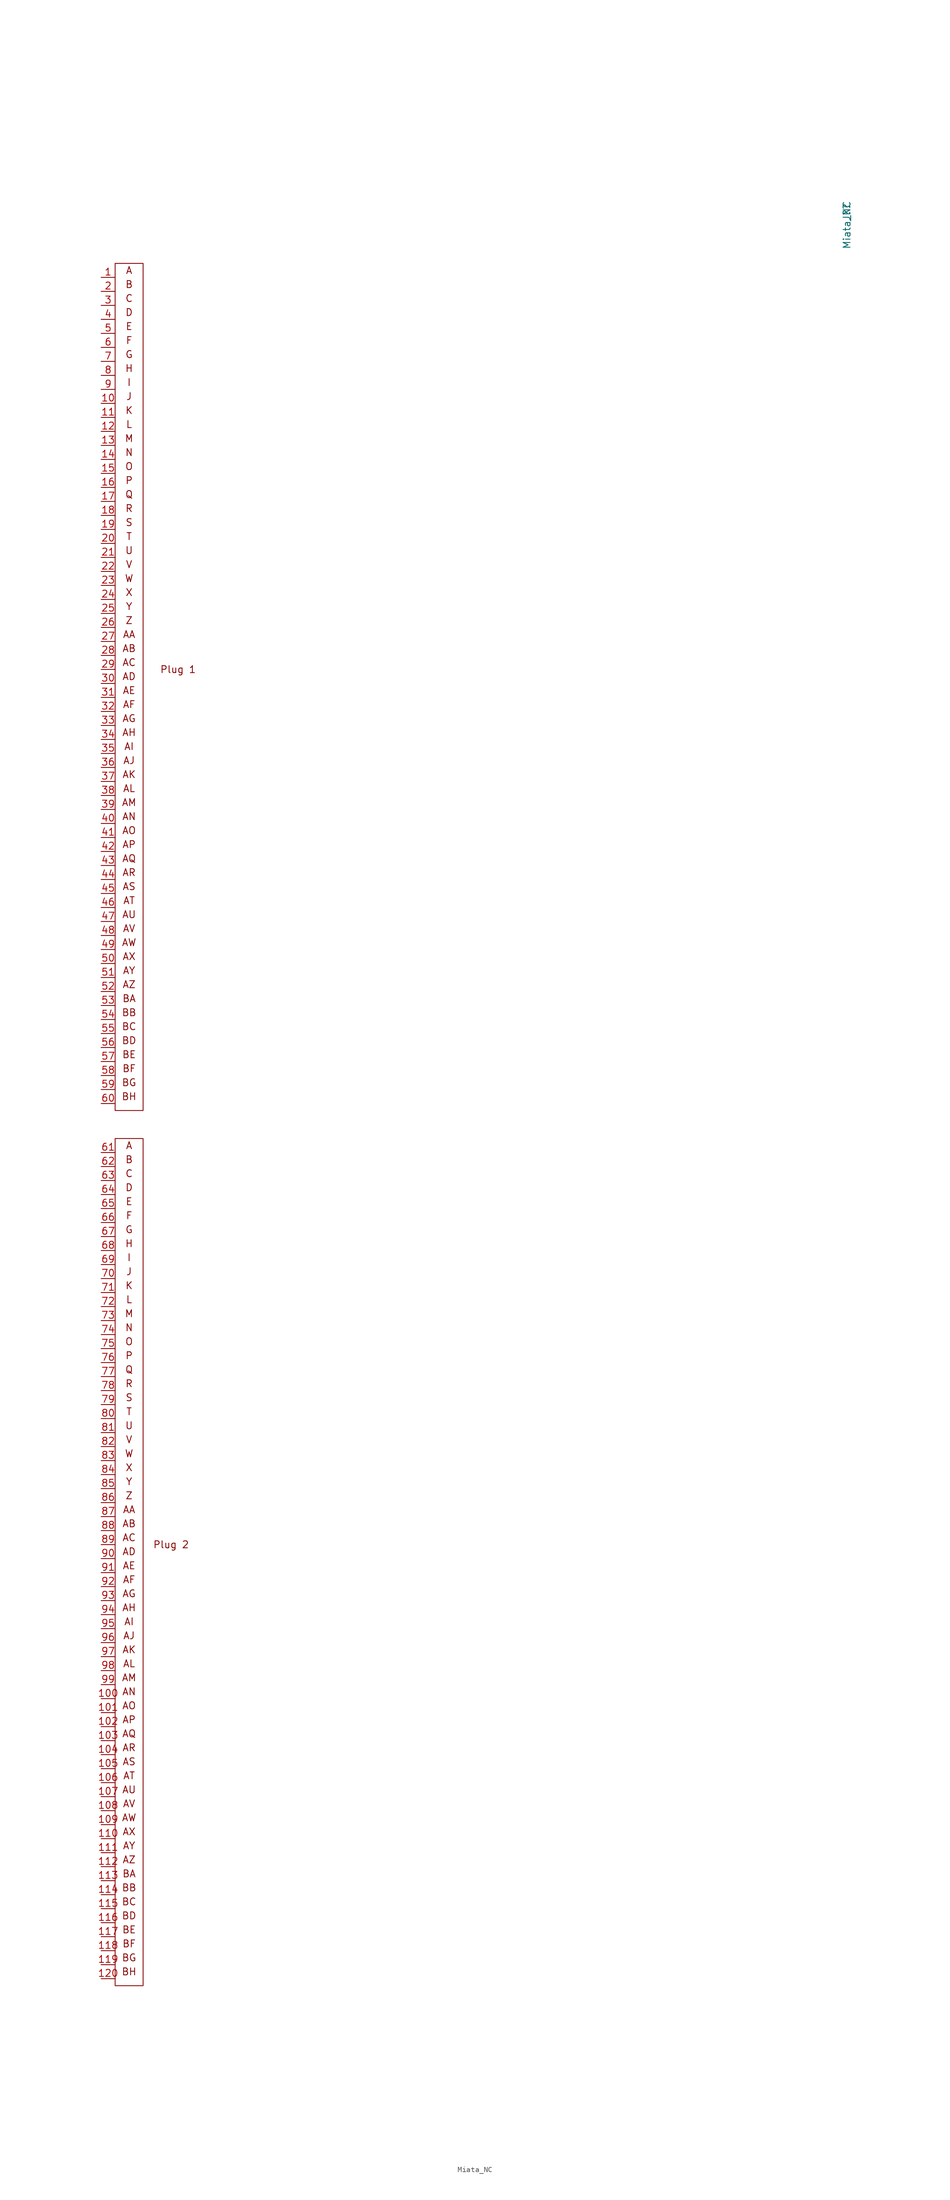
<source format=kicad_sym>
(kicad_symbol_lib
  (version 20211014)
  (generator kicad_symbol_editor)
  (symbol "Miata_NC"
    (pin_names
      (offset 1.016) hide)
    (property "Reference" "J?"
      (at 132.842 9.271 90)
      (effects (font (size 1.27 1.27))))
    (property "Value" "Miata_NC"
      (at 132.842 6.96 90)
      (effects (font (size 1.27 1.27))))
    (symbol "Miata_NC_0_0"
      (text "A" (at 2.54 -160.02 0) (effects (font (size 1.27 1.27))))
      (text "A" (at 2.54 -1.27 0) (effects (font (size 1.27 1.27))))
      (text "AA" (at 2.54 -226.06 0) (effects (font (size 1.27 1.27))))
      (text "AA" (at 2.54 -67.31 0) (effects (font (size 1.27 1.27))))
      (text "AB" (at 2.54 -228.6 0) (effects (font (size 1.27 1.27))))
      (text "AB" (at 2.54 -69.85 0) (effects (font (size 1.27 1.27))))
      (text "AC" (at 2.54 -231.14 0) (effects (font (size 1.27 1.27))))
      (text "AC" (at 2.54 -72.39 0) (effects (font (size 1.27 1.27))))
      (text "AD" (at 2.54 -233.68 0) (effects (font (size 1.27 1.27))))
      (text "AD" (at 2.54 -74.93 0) (effects (font (size 1.27 1.27))))
      (text "AE" (at 2.54 -236.22 0) (effects (font (size 1.27 1.27))))
      (text "AE" (at 2.54 -77.47 0) (effects (font (size 1.27 1.27))))
      (text "AF" (at 2.54 -238.76 0) (effects (font (size 1.27 1.27))))
      (text "AF" (at 2.54 -80.01 0) (effects (font (size 1.27 1.27))))
      (text "AG" (at 2.54 -241.3 0) (effects (font (size 1.27 1.27))))
      (text "AG" (at 2.54 -82.55 0) (effects (font (size 1.27 1.27))))
      (text "AH" (at 2.54 -243.84 0) (effects (font (size 1.27 1.27))))
      (text "AH" (at 2.54 -85.09 0) (effects (font (size 1.27 1.27))))
      (text "AI" (at 2.54 -246.38 0) (effects (font (size 1.27 1.27))))
      (text "AI" (at 2.54 -87.63 0) (effects (font (size 1.27 1.27))))
      (text "AJ" (at 2.54 -248.92 0) (effects (font (size 1.27 1.27))))
      (text "AJ" (at 2.54 -90.17 0) (effects (font (size 1.27 1.27))))
      (text "AK" (at 2.54 -251.46 0) (effects (font (size 1.27 1.27))))
      (text "AK" (at 2.54 -92.71 0) (effects (font (size 1.27 1.27))))
      (text "AL" (at 2.54 -254 0) (effects (font (size 1.27 1.27))))
      (text "AL" (at 2.54 -95.25 0) (effects (font (size 1.27 1.27))))
      (text "AM" (at 2.54 -256.54 0) (effects (font (size 1.27 1.27))))
      (text "AM" (at 2.54 -97.79 0) (effects (font (size 1.27 1.27))))
      (text "AN" (at 2.54 -259.08 0) (effects (font (size 1.27 1.27))))
      (text "AN" (at 2.54 -100.33 0) (effects (font (size 1.27 1.27))))
      (text "AO" (at 2.54 -261.62 0) (effects (font (size 1.27 1.27))))
      (text "AO" (at 2.54 -102.87 0) (effects (font (size 1.27 1.27))))
      (text "AP" (at 2.54 -264.16 0) (effects (font (size 1.27 1.27))))
      (text "AP" (at 2.54 -105.41 0) (effects (font (size 1.27 1.27))))
      (text "AQ" (at 2.54 -266.7 0) (effects (font (size 1.27 1.27))))
      (text "AQ" (at 2.54 -107.95 0) (effects (font (size 1.27 1.27))))
      (text "AR" (at 2.54 -269.24 0) (effects (font (size 1.27 1.27))))
      (text "AR" (at 2.54 -110.49 0) (effects (font (size 1.27 1.27))))
      (text "AS" (at 2.54 -271.78 0) (effects (font (size 1.27 1.27))))
      (text "AS" (at 2.54 -113.03 0) (effects (font (size 1.27 1.27))))
      (text "AT" (at 2.54 -274.32 0) (effects (font (size 1.27 1.27))))
      (text "AT" (at 2.54 -115.57 0) (effects (font (size 1.27 1.27))))
      (text "AU" (at 2.54 -276.86 0) (effects (font (size 1.27 1.27))))
      (text "AU" (at 2.54 -118.11 0) (effects (font (size 1.27 1.27))))
      (text "AV" (at 2.54 -279.4 0) (effects (font (size 1.27 1.27))))
      (text "AV" (at 2.54 -120.65 0) (effects (font (size 1.27 1.27))))
      (text "AW" (at 2.54 -281.94 0) (effects (font (size 1.27 1.27))))
      (text "AW" (at 2.54 -123.19 0) (effects (font (size 1.27 1.27))))
      (text "AX" (at 2.54 -284.48 0) (effects (font (size 1.27 1.27))))
      (text "AX" (at 2.54 -125.73 0) (effects (font (size 1.27 1.27))))
      (text "AY" (at 2.54 -287.02 0) (effects (font (size 1.27 1.27))))
      (text "AY" (at 2.54 -128.27 0) (effects (font (size 1.27 1.27))))
      (text "AZ" (at 2.54 -289.56 0) (effects (font (size 1.27 1.27))))
      (text "AZ" (at 2.54 -130.81 0) (effects (font (size 1.27 1.27))))
      (text "B" (at 2.54 -162.56 0) (effects (font (size 1.27 1.27))))
      (text "B" (at 2.54 -3.81 0) (effects (font (size 1.27 1.27))))
      (text "BA" (at 2.54 -292.1 0) (effects (font (size 1.27 1.27))))
      (text "BA" (at 2.54 -133.35 0) (effects (font (size 1.27 1.27))))
      (text "BB" (at 2.54 -294.64 0) (effects (font (size 1.27 1.27))))
      (text "BB" (at 2.54 -135.89 0) (effects (font (size 1.27 1.27))))
      (text "BC" (at 2.54 -297.18 0) (effects (font (size 1.27 1.27))))
      (text "BC" (at 2.54 -138.43 0) (effects (font (size 1.27 1.27))))
      (text "BD" (at 2.54 -299.72 0) (effects (font (size 1.27 1.27))))
      (text "BD" (at 2.54 -140.97 0) (effects (font (size 1.27 1.27))))
      (text "BE" (at 2.54 -302.26 0) (effects (font (size 1.27 1.27))))
      (text "BE" (at 2.54 -143.51 0) (effects (font (size 1.27 1.27))))
      (text "BF" (at 2.54 -304.8 0) (effects (font (size 1.27 1.27))))
      (text "BF" (at 2.54 -146.05 0) (effects (font (size 1.27 1.27))))
      (text "BG" (at 2.54 -307.34 0) (effects (font (size 1.27 1.27))))
      (text "BG" (at 2.54 -148.59 0) (effects (font (size 1.27 1.27))))
      (text "BH" (at 2.54 -309.88 0) (effects (font (size 1.27 1.27))))
      (text "BH" (at 2.54 -151.13 0) (effects (font (size 1.27 1.27))))
      (text "C" (at 2.54 -165.1 0) (effects (font (size 1.27 1.27))))
      (text "C" (at 2.54 -6.35 0) (effects (font (size 1.27 1.27))))
      (text "D" (at 2.54 -167.64 0) (effects (font (size 1.27 1.27))))
      (text "D" (at 2.54 -8.89 0) (effects (font (size 1.27 1.27))))
      (text "E" (at 2.54 -170.18 0) (effects (font (size 1.27 1.27))))
      (text "E" (at 2.54 -11.43 0) (effects (font (size 1.27 1.27))))
      (text "F" (at 2.54 -172.72 0) (effects (font (size 1.27 1.27))))
      (text "F" (at 2.54 -13.97 0) (effects (font (size 1.27 1.27))))
      (text "G" (at 2.54 -175.26 0) (effects (font (size 1.27 1.27))))
      (text "G" (at 2.54 -16.51 0) (effects (font (size 1.27 1.27))))
      (text "H" (at 2.54 -177.8 0) (effects (font (size 1.27 1.27))))
      (text "H" (at 2.54 -19.05 0) (effects (font (size 1.27 1.27))))
      (text "I" (at 2.54 -180.34 0) (effects (font (size 1.27 1.27))))
      (text "I" (at 2.54 -21.59 0) (effects (font (size 1.27 1.27))))
      (text "J" (at 2.54 -182.88 0) (effects (font (size 1.27 1.27))))
      (text "J" (at 2.54 -24.13 0) (effects (font (size 1.27 1.27))))
      (text "K" (at 2.54 -185.42 0) (effects (font (size 1.27 1.27))))
      (text "K" (at 2.54 -26.67 0) (effects (font (size 1.27 1.27))))
      (text "L" (at 2.54 -187.96 0) (effects (font (size 1.27 1.27))))
      (text "L" (at 2.54 -29.21 0) (effects (font (size 1.27 1.27))))
      (text "M" (at 2.54 -190.5 0) (effects (font (size 1.27 1.27))))
      (text "M" (at 2.54 -31.75 0) (effects (font (size 1.27 1.27))))
      (text "N" (at 2.54 -193.04 0) (effects (font (size 1.27 1.27))))
      (text "N" (at 2.54 -34.29 0) (effects (font (size 1.27 1.27))))
      (text "O" (at 2.54 -195.58 0) (effects (font (size 1.27 1.27))))
      (text "O" (at 2.54 -36.83 0) (effects (font (size 1.27 1.27))))
      (text "P" (at 2.54 -198.12 0) (effects (font (size 1.27 1.27))))
      (text "P" (at 2.54 -39.37 0) (effects (font (size 1.27 1.27))))
      (text "Plug 1" (at 11.43 -73.66 0) (effects (font (size 1.27 1.27))))
      (text "Plug 2" (at 10.16 -232.41 0) (effects (font (size 1.27 1.27))))
      (text "Q" (at 2.54 -200.66 0) (effects (font (size 1.27 1.27))))
      (text "Q" (at 2.54 -41.91 0) (effects (font (size 1.27 1.27))))
      (text "R" (at 2.54 -203.2 0) (effects (font (size 1.27 1.27))))
      (text "R" (at 2.54 -44.45 0) (effects (font (size 1.27 1.27))))
      (text "S" (at 2.54 -205.74 0) (effects (font (size 1.27 1.27))))
      (text "S" (at 2.54 -46.99 0) (effects (font (size 1.27 1.27))))
      (text "T" (at 2.54 -208.28 0) (effects (font (size 1.27 1.27))))
      (text "T" (at 2.54 -49.53 0) (effects (font (size 1.27 1.27))))
      (text "U" (at 2.54 -210.82 0) (effects (font (size 1.27 1.27))))
      (text "U" (at 2.54 -52.07 0) (effects (font (size 1.27 1.27))))
      (text "V" (at 2.54 -213.36 0) (effects (font (size 1.27 1.27))))
      (text "V" (at 2.54 -54.61 0) (effects (font (size 1.27 1.27))))
      (text "W" (at 2.54 -215.9 0) (effects (font (size 1.27 1.27))))
      (text "W" (at 2.54 -57.15 0) (effects (font (size 1.27 1.27))))
      (text "X" (at 2.54 -218.44 0) (effects (font (size 1.27 1.27))))
      (text "X" (at 2.54 -59.69 0) (effects (font (size 1.27 1.27))))
      (text "Y" (at 2.54 -220.98 0) (effects (font (size 1.27 1.27))))
      (text "Y" (at 2.54 -62.23 0) (effects (font (size 1.27 1.27))))
      (text "Z" (at 2.54 -223.52 0) (effects (font (size 1.27 1.27))))
      (text "Z" (at 2.54 -64.77 0) (effects (font (size 1.27 1.27)))))
    (symbol "Miata_NC_0_1"
      (rectangle (start 0 -158.75) (end 5.08 -312.42) (stroke (width 0) (type default) (color 0 0 0 0)) (fill (type none)))
      (rectangle (start 0 0) (end 5.08 -153.67) (stroke (width 0) (type default) (color 0 0 0 0)) (fill (type none))))
    (symbol "Miata_NC_1_1"
      (pin passive line (at -2.54 -2.54 0) (length 2.54) (name "~" (effects (font (size 1.27 1.27)))) (number "1" (effects (font (size 1.27 1.27)))))
      (pin passive line (at -2.54 -25.4 0) (length 2.54) (name "~" (effects (font (size 1.27 1.27)))) (number "10" (effects (font (size 1.27 1.27)))))
      (pin passive line (at -2.54 -260.35 0) (length 2.54) (name "~" (effects (font (size 1.27 1.27)))) (number "100" (effects (font (size 1.27 1.27)))))
      (pin passive line (at -2.54 -262.89 0) (length 2.54) (name "~" (effects (font (size 1.27 1.27)))) (number "101" (effects (font (size 1.27 1.27)))))
      (pin passive line (at -2.54 -265.43 0) (length 2.54) (name "~" (effects (font (size 1.27 1.27)))) (number "102" (effects (font (size 1.27 1.27)))))
      (pin passive line (at -2.54 -267.97 0) (length 2.54) (name "~" (effects (font (size 1.27 1.27)))) (number "103" (effects (font (size 1.27 1.27)))))
      (pin passive line (at -2.54 -270.51 0) (length 2.54) (name "~" (effects (font (size 1.27 1.27)))) (number "104" (effects (font (size 1.27 1.27)))))
      (pin passive line (at -2.54 -273.05 0) (length 2.54) (name "~" (effects (font (size 1.27 1.27)))) (number "105" (effects (font (size 1.27 1.27)))))
      (pin passive line (at -2.54 -275.59 0) (length 2.54) (name "~" (effects (font (size 1.27 1.27)))) (number "106" (effects (font (size 1.27 1.27)))))
      (pin passive line (at -2.54 -278.13 0) (length 2.54) (name "~" (effects (font (size 1.27 1.27)))) (number "107" (effects (font (size 1.27 1.27)))))
      (pin passive line (at -2.54 -280.67 0) (length 2.54) (name "~" (effects (font (size 1.27 1.27)))) (number "108" (effects (font (size 1.27 1.27)))))
      (pin passive line (at -2.54 -283.21 0) (length 2.54) (name "~" (effects (font (size 1.27 1.27)))) (number "109" (effects (font (size 1.27 1.27)))))
      (pin passive line (at -2.54 -27.94 0) (length 2.54) (name "~" (effects (font (size 1.27 1.27)))) (number "11" (effects (font (size 1.27 1.27)))))
      (pin passive line (at -2.54 -285.75 0) (length 2.54) (name "~" (effects (font (size 1.27 1.27)))) (number "110" (effects (font (size 1.27 1.27)))))
      (pin passive line (at -2.54 -288.29 0) (length 2.54) (name "~" (effects (font (size 1.27 1.27)))) (number "111" (effects (font (size 1.27 1.27)))))
      (pin passive line (at -2.54 -290.83 0) (length 2.54) (name "~" (effects (font (size 1.27 1.27)))) (number "112" (effects (font (size 1.27 1.27)))))
      (pin passive line (at -2.54 -293.37 0) (length 2.54) (name "~" (effects (font (size 1.27 1.27)))) (number "113" (effects (font (size 1.27 1.27)))))
      (pin passive line (at -2.54 -295.91 0) (length 2.54) (name "~" (effects (font (size 1.27 1.27)))) (number "114" (effects (font (size 1.27 1.27)))))
      (pin passive line (at -2.54 -298.45 0) (length 2.54) (name "~" (effects (font (size 1.27 1.27)))) (number "115" (effects (font (size 1.27 1.27)))))
      (pin passive line (at -2.54 -300.99 0) (length 2.54) (name "~" (effects (font (size 1.27 1.27)))) (number "116" (effects (font (size 1.27 1.27)))))
      (pin passive line (at -2.54 -303.53 0) (length 2.54) (name "~" (effects (font (size 1.27 1.27)))) (number "117" (effects (font (size 1.27 1.27)))))
      (pin passive line (at -2.54 -306.07 0) (length 2.54) (name "~" (effects (font (size 1.27 1.27)))) (number "118" (effects (font (size 1.27 1.27)))))
      (pin passive line (at -2.54 -308.61 0) (length 2.54) (name "~" (effects (font (size 1.27 1.27)))) (number "119" (effects (font (size 1.27 1.27)))))
      (pin passive line (at -2.54 -30.48 0) (length 2.54) (name "~" (effects (font (size 1.27 1.27)))) (number "12" (effects (font (size 1.27 1.27)))))
      (pin passive line (at -2.54 -311.15 0) (length 2.54) (name "~" (effects (font (size 1.27 1.27)))) (number "120" (effects (font (size 1.27 1.27)))))
      (pin passive line (at -2.54 -33.02 0) (length 2.54) (name "~" (effects (font (size 1.27 1.27)))) (number "13" (effects (font (size 1.27 1.27)))))
      (pin passive line (at -2.54 -35.56 0) (length 2.54) (name "~" (effects (font (size 1.27 1.27)))) (number "14" (effects (font (size 1.27 1.27)))))
      (pin passive line (at -2.54 -38.1 0) (length 2.54) (name "~" (effects (font (size 1.27 1.27)))) (number "15" (effects (font (size 1.27 1.27)))))
      (pin passive line (at -2.54 -40.64 0) (length 2.54) (name "~" (effects (font (size 1.27 1.27)))) (number "16" (effects (font (size 1.27 1.27)))))
      (pin passive line (at -2.54 -43.18 0) (length 2.54) (name "~" (effects (font (size 1.27 1.27)))) (number "17" (effects (font (size 1.27 1.27)))))
      (pin passive line (at -2.54 -45.72 0) (length 2.54) (name "~" (effects (font (size 1.27 1.27)))) (number "18" (effects (font (size 1.27 1.27)))))
      (pin passive line (at -2.54 -48.26 0) (length 2.54) (name "~" (effects (font (size 1.27 1.27)))) (number "19" (effects (font (size 1.27 1.27)))))
      (pin passive line (at -2.54 -5.08 0) (length 2.54) (name "~" (effects (font (size 1.27 1.27)))) (number "2" (effects (font (size 1.27 1.27)))))
      (pin passive line (at -2.54 -50.8 0) (length 2.54) (name "~" (effects (font (size 1.27 1.27)))) (number "20" (effects (font (size 1.27 1.27)))))
      (pin passive line (at -2.54 -53.34 0) (length 2.54) (name "~" (effects (font (size 1.27 1.27)))) (number "21" (effects (font (size 1.27 1.27)))))
      (pin passive line (at -2.54 -55.88 0) (length 2.54) (name "~" (effects (font (size 1.27 1.27)))) (number "22" (effects (font (size 1.27 1.27)))))
      (pin passive line (at -2.54 -58.42 0) (length 2.54) (name "~" (effects (font (size 1.27 1.27)))) (number "23" (effects (font (size 1.27 1.27)))))
      (pin passive line (at -2.54 -60.96 0) (length 2.54) (name "~" (effects (font (size 1.27 1.27)))) (number "24" (effects (font (size 1.27 1.27)))))
      (pin passive line (at -2.54 -63.5 0) (length 2.54) (name "~" (effects (font (size 1.27 1.27)))) (number "25" (effects (font (size 1.27 1.27)))))
      (pin passive line (at -2.54 -66.04 0) (length 2.54) (name "~" (effects (font (size 1.27 1.27)))) (number "26" (effects (font (size 1.27 1.27)))))
      (pin passive line (at -2.54 -68.58 0) (length 2.54) (name "~" (effects (font (size 1.27 1.27)))) (number "27" (effects (font (size 1.27 1.27)))))
      (pin passive line (at -2.54 -71.12 0) (length 2.54) (name "~" (effects (font (size 1.27 1.27)))) (number "28" (effects (font (size 1.27 1.27)))))
      (pin passive line (at -2.54 -73.66 0) (length 2.54) (name "~" (effects (font (size 1.27 1.27)))) (number "29" (effects (font (size 1.27 1.27)))))
      (pin passive line (at -2.54 -7.62 0) (length 2.54) (name "~" (effects (font (size 1.27 1.27)))) (number "3" (effects (font (size 1.27 1.27)))))
      (pin passive line (at -2.54 -76.2 0) (length 2.54) (name "~" (effects (font (size 1.27 1.27)))) (number "30" (effects (font (size 1.27 1.27)))))
      (pin passive line (at -2.54 -78.74 0) (length 2.54) (name "~" (effects (font (size 1.27 1.27)))) (number "31" (effects (font (size 1.27 1.27)))))
      (pin passive line (at -2.54 -81.28 0) (length 2.54) (name "~" (effects (font (size 1.27 1.27)))) (number "32" (effects (font (size 1.27 1.27)))))
      (pin passive line (at -2.54 -83.82 0) (length 2.54) (name "~" (effects (font (size 1.27 1.27)))) (number "33" (effects (font (size 1.27 1.27)))))
      (pin passive line (at -2.54 -86.36 0) (length 2.54) (name "~" (effects (font (size 1.27 1.27)))) (number "34" (effects (font (size 1.27 1.27)))))
      (pin passive line (at -2.54 -88.9 0) (length 2.54) (name "~" (effects (font (size 1.27 1.27)))) (number "35" (effects (font (size 1.27 1.27)))))
      (pin passive line (at -2.54 -91.44 0) (length 2.54) (name "~" (effects (font (size 1.27 1.27)))) (number "36" (effects (font (size 1.27 1.27)))))
      (pin passive line (at -2.54 -93.98 0) (length 2.54) (name "~" (effects (font (size 1.27 1.27)))) (number "37" (effects (font (size 1.27 1.27)))))
      (pin passive line (at -2.54 -96.52 0) (length 2.54) (name "~" (effects (font (size 1.27 1.27)))) (number "38" (effects (font (size 1.27 1.27)))))
      (pin passive line (at -2.54 -99.06 0) (length 2.54) (name "~" (effects (font (size 1.27 1.27)))) (number "39" (effects (font (size 1.27 1.27)))))
      (pin passive line (at -2.54 -10.16 0) (length 2.54) (name "~" (effects (font (size 1.27 1.27)))) (number "4" (effects (font (size 1.27 1.27)))))
      (pin passive line (at -2.54 -101.6 0) (length 2.54) (name "~" (effects (font (size 1.27 1.27)))) (number "40" (effects (font (size 1.27 1.27)))))
      (pin passive line (at -2.54 -104.14 0) (length 2.54) (name "~" (effects (font (size 1.27 1.27)))) (number "41" (effects (font (size 1.27 1.27)))))
      (pin passive line (at -2.54 -106.68 0) (length 2.54) (name "~" (effects (font (size 1.27 1.27)))) (number "42" (effects (font (size 1.27 1.27)))))
      (pin passive line (at -2.54 -109.22 0) (length 2.54) (name "~" (effects (font (size 1.27 1.27)))) (number "43" (effects (font (size 1.27 1.27)))))
      (pin passive line (at -2.54 -111.76 0) (length 2.54) (name "~" (effects (font (size 1.27 1.27)))) (number "44" (effects (font (size 1.27 1.27)))))
      (pin passive line (at -2.54 -114.3 0) (length 2.54) (name "~" (effects (font (size 1.27 1.27)))) (number "45" (effects (font (size 1.27 1.27)))))
      (pin passive line (at -2.54 -116.84 0) (length 2.54) (name "~" (effects (font (size 1.27 1.27)))) (number "46" (effects (font (size 1.27 1.27)))))
      (pin passive line (at -2.54 -119.38 0) (length 2.54) (name "~" (effects (font (size 1.27 1.27)))) (number "47" (effects (font (size 1.27 1.27)))))
      (pin passive line (at -2.54 -121.92 0) (length 2.54) (name "~" (effects (font (size 1.27 1.27)))) (number "48" (effects (font (size 1.27 1.27)))))
      (pin passive line (at -2.54 -124.46 0) (length 2.54) (name "~" (effects (font (size 1.27 1.27)))) (number "49" (effects (font (size 1.27 1.27)))))
      (pin passive line (at -2.54 -12.7 0) (length 2.54) (name "~" (effects (font (size 1.27 1.27)))) (number "5" (effects (font (size 1.27 1.27)))))
      (pin passive line (at -2.54 -127 0) (length 2.54) (name "~" (effects (font (size 1.27 1.27)))) (number "50" (effects (font (size 1.27 1.27)))))
      (pin passive line (at -2.54 -129.54 0) (length 2.54) (name "~" (effects (font (size 1.27 1.27)))) (number "51" (effects (font (size 1.27 1.27)))))
      (pin passive line (at -2.54 -132.08 0) (length 2.54) (name "~" (effects (font (size 1.27 1.27)))) (number "52" (effects (font (size 1.27 1.27)))))
      (pin passive line (at -2.54 -134.62 0) (length 2.54) (name "~" (effects (font (size 1.27 1.27)))) (number "53" (effects (font (size 1.27 1.27)))))
      (pin passive line (at -2.54 -137.16 0) (length 2.54) (name "~" (effects (font (size 1.27 1.27)))) (number "54" (effects (font (size 1.27 1.27)))))
      (pin passive line (at -2.54 -139.7 0) (length 2.54) (name "~" (effects (font (size 1.27 1.27)))) (number "55" (effects (font (size 1.27 1.27)))))
      (pin passive line (at -2.54 -142.24 0) (length 2.54) (name "~" (effects (font (size 1.27 1.27)))) (number "56" (effects (font (size 1.27 1.27)))))
      (pin passive line (at -2.54 -144.78 0) (length 2.54) (name "~" (effects (font (size 1.27 1.27)))) (number "57" (effects (font (size 1.27 1.27)))))
      (pin passive line (at -2.54 -147.32 0) (length 2.54) (name "~" (effects (font (size 1.27 1.27)))) (number "58" (effects (font (size 1.27 1.27)))))
      (pin passive line (at -2.54 -149.86 0) (length 2.54) (name "~" (effects (font (size 1.27 1.27)))) (number "59" (effects (font (size 1.27 1.27)))))
      (pin passive line (at -2.54 -15.24 0) (length 2.54) (name "~" (effects (font (size 1.27 1.27)))) (number "6" (effects (font (size 1.27 1.27)))))
      (pin passive line (at -2.54 -152.4 0) (length 2.54) (name "~" (effects (font (size 1.27 1.27)))) (number "60" (effects (font (size 1.27 1.27)))))
      (pin passive line (at -2.54 -161.29 0) (length 2.54) (name "~" (effects (font (size 1.27 1.27)))) (number "61" (effects (font (size 1.27 1.27)))))
      (pin passive line (at -2.54 -163.83 0) (length 2.54) (name "~" (effects (font (size 1.27 1.27)))) (number "62" (effects (font (size 1.27 1.27)))))
      (pin passive line (at -2.54 -166.37 0) (length 2.54) (name "~" (effects (font (size 1.27 1.27)))) (number "63" (effects (font (size 1.27 1.27)))))
      (pin passive line (at -2.54 -168.91 0) (length 2.54) (name "~" (effects (font (size 1.27 1.27)))) (number "64" (effects (font (size 1.27 1.27)))))
      (pin passive line (at -2.54 -171.45 0) (length 2.54) (name "~" (effects (font (size 1.27 1.27)))) (number "65" (effects (font (size 1.27 1.27)))))
      (pin passive line (at -2.54 -173.99 0) (length 2.54) (name "~" (effects (font (size 1.27 1.27)))) (number "66" (effects (font (size 1.27 1.27)))))
      (pin passive line (at -2.54 -176.53 0) (length 2.54) (name "~" (effects (font (size 1.27 1.27)))) (number "67" (effects (font (size 1.27 1.27)))))
      (pin passive line (at -2.54 -179.07 0) (length 2.54) (name "~" (effects (font (size 1.27 1.27)))) (number "68" (effects (font (size 1.27 1.27)))))
      (pin passive line (at -2.54 -181.61 0) (length 2.54) (name "~" (effects (font (size 1.27 1.27)))) (number "69" (effects (font (size 1.27 1.27)))))
      (pin passive line (at -2.54 -17.78 0) (length 2.54) (name "~" (effects (font (size 1.27 1.27)))) (number "7" (effects (font (size 1.27 1.27)))))
      (pin passive line (at -2.54 -184.15 0) (length 2.54) (name "~" (effects (font (size 1.27 1.27)))) (number "70" (effects (font (size 1.27 1.27)))))
      (pin passive line (at -2.54 -186.69 0) (length 2.54) (name "~" (effects (font (size 1.27 1.27)))) (number "71" (effects (font (size 1.27 1.27)))))
      (pin passive line (at -2.54 -189.23 0) (length 2.54) (name "~" (effects (font (size 1.27 1.27)))) (number "72" (effects (font (size 1.27 1.27)))))
      (pin passive line (at -2.54 -191.77 0) (length 2.54) (name "~" (effects (font (size 1.27 1.27)))) (number "73" (effects (font (size 1.27 1.27)))))
      (pin passive line (at -2.54 -194.31 0) (length 2.54) (name "~" (effects (font (size 1.27 1.27)))) (number "74" (effects (font (size 1.27 1.27)))))
      (pin passive line (at -2.54 -196.85 0) (length 2.54) (name "~" (effects (font (size 1.27 1.27)))) (number "75" (effects (font (size 1.27 1.27)))))
      (pin passive line (at -2.54 -199.39 0) (length 2.54) (name "~" (effects (font (size 1.27 1.27)))) (number "76" (effects (font (size 1.27 1.27)))))
      (pin passive line (at -2.54 -201.93 0) (length 2.54) (name "~" (effects (font (size 1.27 1.27)))) (number "77" (effects (font (size 1.27 1.27)))))
      (pin passive line (at -2.54 -204.47 0) (length 2.54) (name "~" (effects (font (size 1.27 1.27)))) (number "78" (effects (font (size 1.27 1.27)))))
      (pin passive line (at -2.54 -207.01 0) (length 2.54) (name "~" (effects (font (size 1.27 1.27)))) (number "79" (effects (font (size 1.27 1.27)))))
      (pin passive line (at -2.54 -20.32 0) (length 2.54) (name "~" (effects (font (size 1.27 1.27)))) (number "8" (effects (font (size 1.27 1.27)))))
      (pin passive line (at -2.54 -209.55 0) (length 2.54) (name "~" (effects (font (size 1.27 1.27)))) (number "80" (effects (font (size 1.27 1.27)))))
      (pin passive line (at -2.54 -212.09 0) (length 2.54) (name "~" (effects (font (size 1.27 1.27)))) (number "81" (effects (font (size 1.27 1.27)))))
      (pin passive line (at -2.54 -214.63 0) (length 2.54) (name "~" (effects (font (size 1.27 1.27)))) (number "82" (effects (font (size 1.27 1.27)))))
      (pin passive line (at -2.54 -217.17 0) (length 2.54) (name "~" (effects (font (size 1.27 1.27)))) (number "83" (effects (font (size 1.27 1.27)))))
      (pin passive line (at -2.54 -219.71 0) (length 2.54) (name "~" (effects (font (size 1.27 1.27)))) (number "84" (effects (font (size 1.27 1.27)))))
      (pin passive line (at -2.54 -222.25 0) (length 2.54) (name "~" (effects (font (size 1.27 1.27)))) (number "85" (effects (font (size 1.27 1.27)))))
      (pin passive line (at -2.54 -224.79 0) (length 2.54) (name "~" (effects (font (size 1.27 1.27)))) (number "86" (effects (font (size 1.27 1.27)))))
      (pin passive line (at -2.54 -227.33 0) (length 2.54) (name "~" (effects (font (size 1.27 1.27)))) (number "87" (effects (font (size 1.27 1.27)))))
      (pin passive line (at -2.54 -229.87 0) (length 2.54) (name "~" (effects (font (size 1.27 1.27)))) (number "88" (effects (font (size 1.27 1.27)))))
      (pin passive line (at -2.54 -232.41 0) (length 2.54) (name "~" (effects (font (size 1.27 1.27)))) (number "89" (effects (font (size 1.27 1.27)))))
      (pin passive line (at -2.54 -22.86 0) (length 2.54) (name "~" (effects (font (size 1.27 1.27)))) (number "9" (effects (font (size 1.27 1.27)))))
      (pin passive line (at -2.54 -234.95 0) (length 2.54) (name "~" (effects (font (size 1.27 1.27)))) (number "90" (effects (font (size 1.27 1.27)))))
      (pin passive line (at -2.54 -237.49 0) (length 2.54) (name "~" (effects (font (size 1.27 1.27)))) (number "91" (effects (font (size 1.27 1.27)))))
      (pin passive line (at -2.54 -240.03 0) (length 2.54) (name "~" (effects (font (size 1.27 1.27)))) (number "92" (effects (font (size 1.27 1.27)))))
      (pin passive line (at -2.54 -242.57 0) (length 2.54) (name "~" (effects (font (size 1.27 1.27)))) (number "93" (effects (font (size 1.27 1.27)))))
      (pin passive line (at -2.54 -245.11 0) (length 2.54) (name "~" (effects (font (size 1.27 1.27)))) (number "94" (effects (font (size 1.27 1.27)))))
      (pin passive line (at -2.54 -247.65 0) (length 2.54) (name "~" (effects (font (size 1.27 1.27)))) (number "95" (effects (font (size 1.27 1.27)))))
      (pin passive line (at -2.54 -250.19 0) (length 2.54) (name "~" (effects (font (size 1.27 1.27)))) (number "96" (effects (font (size 1.27 1.27)))))
      (pin passive line (at -2.54 -252.73 0) (length 2.54) (name "~" (effects (font (size 1.27 1.27)))) (number "97" (effects (font (size 1.27 1.27)))))
      (pin passive line (at -2.54 -255.27 0) (length 2.54) (name "~" (effects (font (size 1.27 1.27)))) (number "98" (effects (font (size 1.27 1.27)))))
      (pin passive line (at -2.54 -257.81 0) (length 2.54) (name "~" (effects (font (size 1.27 1.27)))) (number "99" (effects (font (size 1.27 1.27))))))))
</source>
